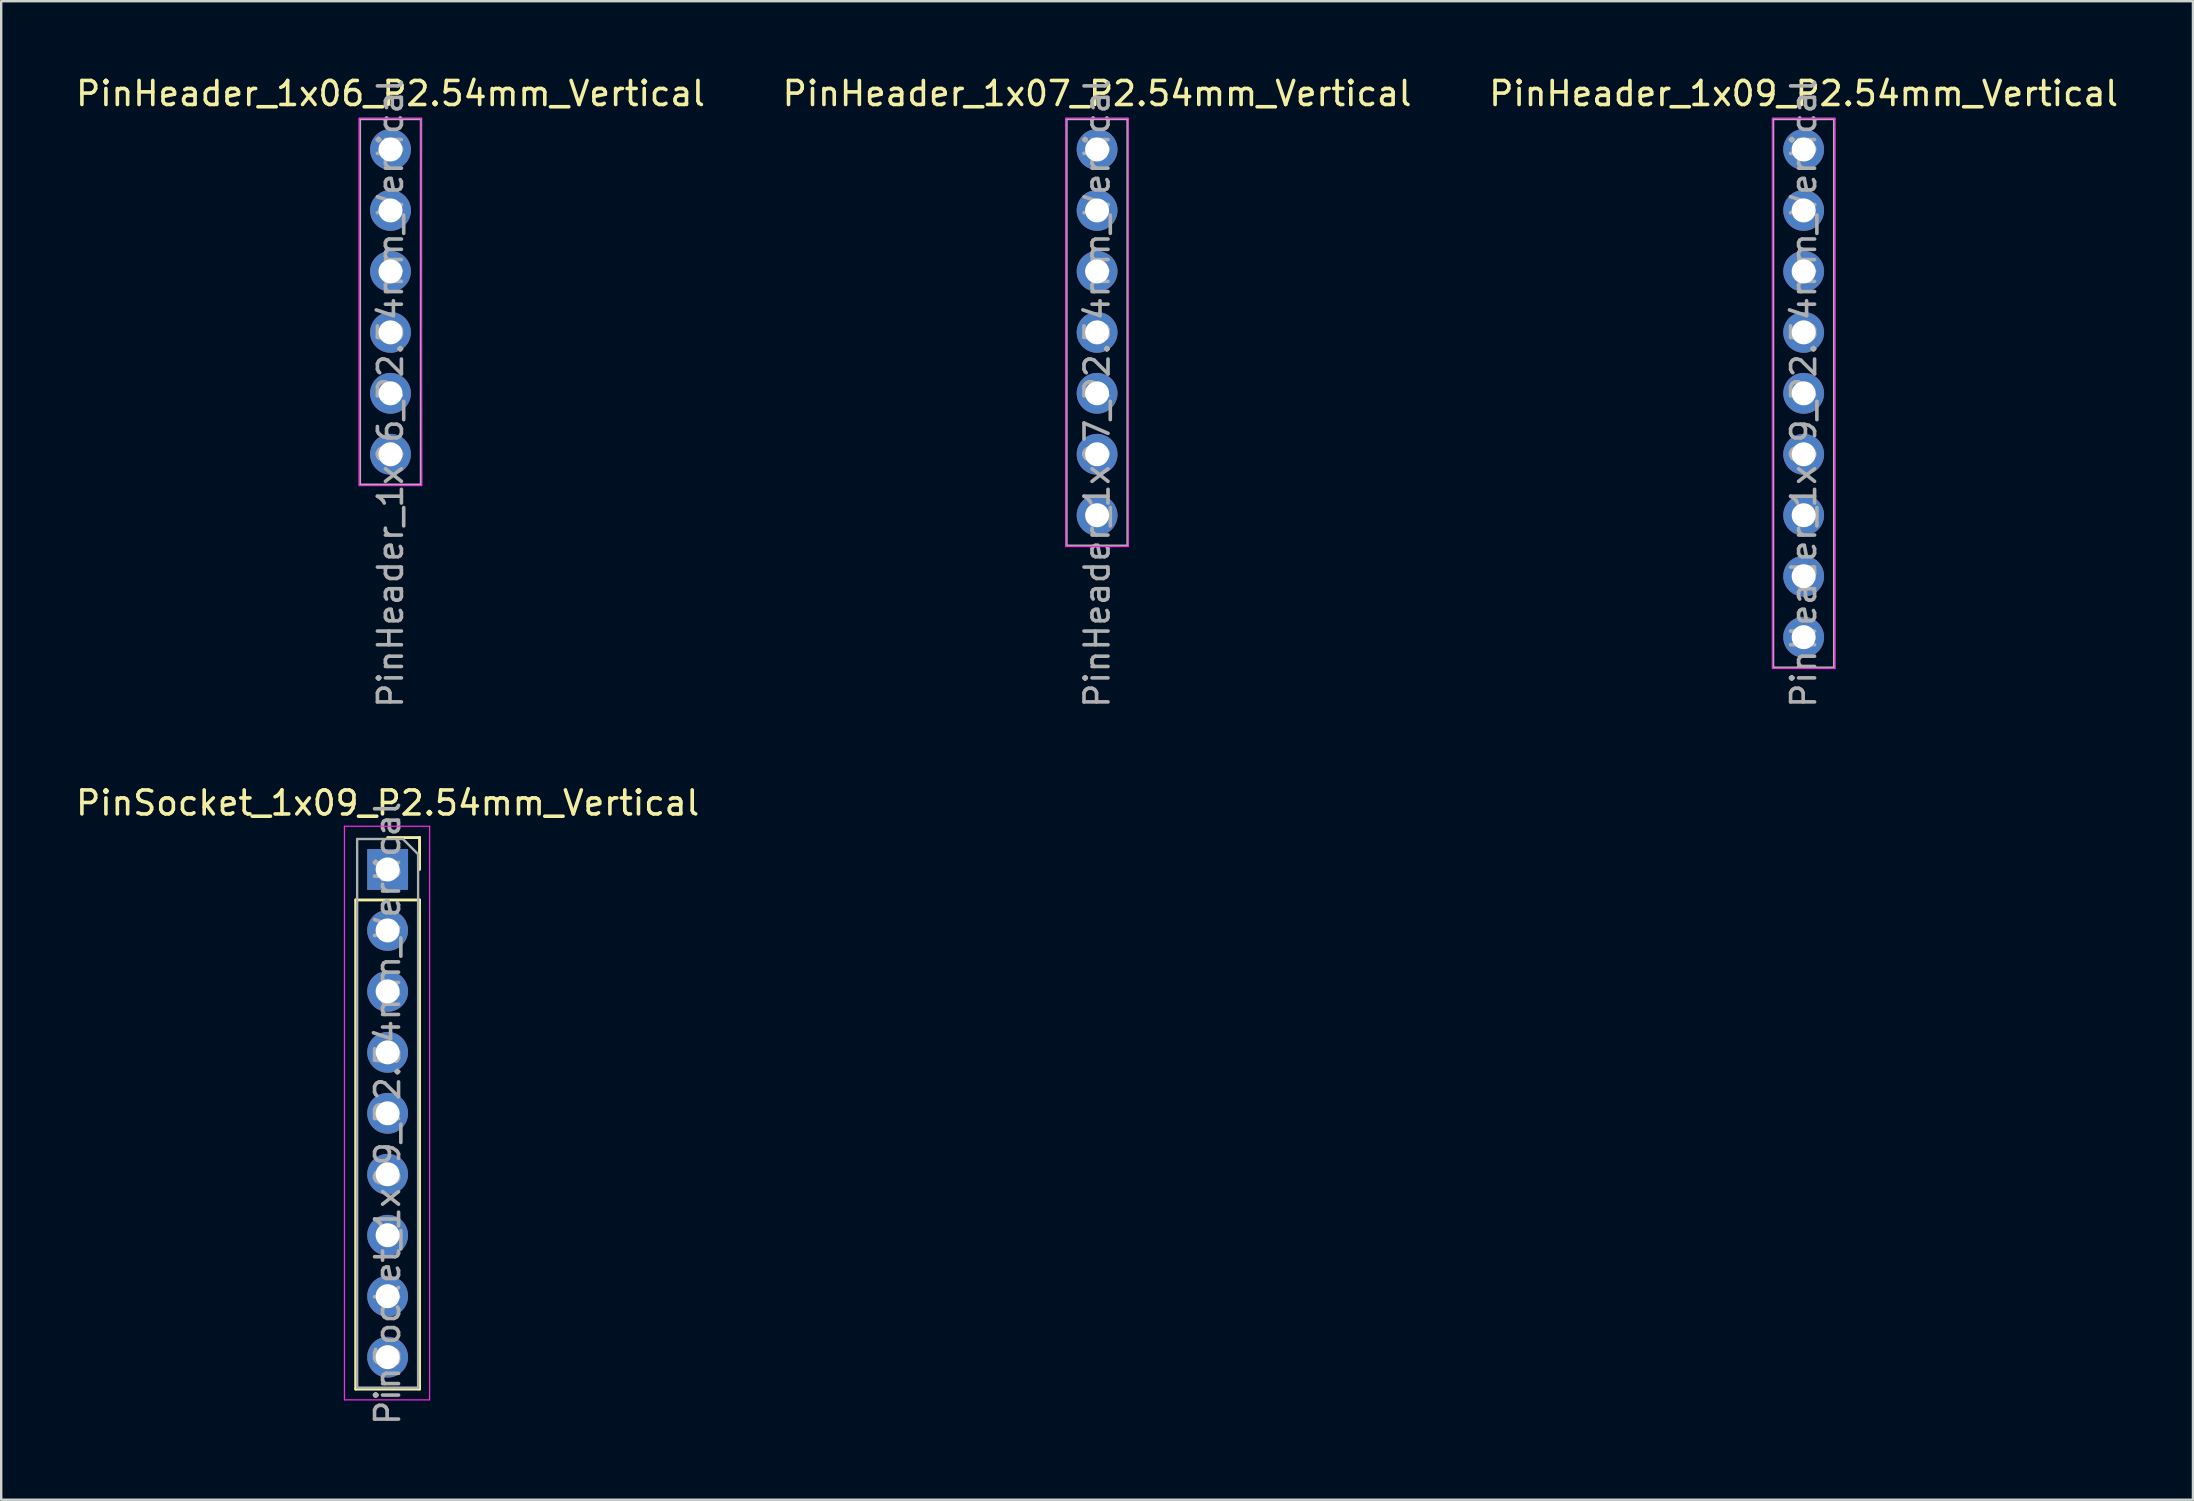
<source format=kicad_pcb>
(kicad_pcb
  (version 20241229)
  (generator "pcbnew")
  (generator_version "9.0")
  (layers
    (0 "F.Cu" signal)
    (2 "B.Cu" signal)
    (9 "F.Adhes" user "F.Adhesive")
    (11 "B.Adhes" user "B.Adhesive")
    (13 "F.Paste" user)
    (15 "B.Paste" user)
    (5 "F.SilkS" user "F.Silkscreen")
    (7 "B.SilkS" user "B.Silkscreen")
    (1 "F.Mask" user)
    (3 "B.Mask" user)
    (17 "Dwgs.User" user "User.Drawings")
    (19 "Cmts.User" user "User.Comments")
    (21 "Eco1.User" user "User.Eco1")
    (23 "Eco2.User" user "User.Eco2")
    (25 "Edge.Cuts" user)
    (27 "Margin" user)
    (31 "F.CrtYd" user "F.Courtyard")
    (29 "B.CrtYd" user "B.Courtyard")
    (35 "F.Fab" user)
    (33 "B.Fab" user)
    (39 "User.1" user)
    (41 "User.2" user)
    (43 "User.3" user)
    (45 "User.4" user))
  (footprint "PinSocket_1x09_P2.54mm_Vertical"
    (layer "F.Cu")
    (at 13.101 33.177)
    (property "Reference" "PinSocket_1x09_P2.54mm_Vertical" (at 0 -2.77 0) (layer "F.SilkS") (effects (font (size 1 1) (thickness 0.15))))
    (attr through_hole)
    (fp_line (start -1.33 1.27) (end -1.33 21.65) (stroke (width 0.12) (type solid)) (layer "F.SilkS"))
    (fp_line (start -1.33 1.27) (end 1.33 1.27) (stroke (width 0.12) (type solid)) (layer "F.SilkS"))
    (fp_line (start -1.33 21.65) (end 1.33 21.65) (stroke (width 0.12) (type solid)) (layer "F.SilkS"))
    (fp_line (start 0 -1.33) (end 1.33 -1.33) (stroke (width 0.12) (type solid)) (layer "F.SilkS"))
    (fp_line (start 1.33 -1.33) (end 1.33 0) (stroke (width 0.12) (type solid)) (layer "F.SilkS"))
    (fp_line (start 1.33 1.27) (end 1.33 21.65) (stroke (width 0.12) (type solid)) (layer "F.SilkS"))
    (fp_line (start -1.8 -1.8) (end 1.75 -1.8) (stroke (width 0.05) (type solid)) (layer "F.CrtYd"))
    (fp_line (start -1.8 22.1) (end -1.8 -1.8) (stroke (width 0.05) (type solid)) (layer "F.CrtYd"))
    (fp_line (start 1.75 -1.8) (end 1.75 22.1) (stroke (width 0.05) (type solid)) (layer "F.CrtYd"))
    (fp_line (start 1.75 22.1) (end -1.8 22.1) (stroke (width 0.05) (type solid)) (layer "F.CrtYd"))
    (fp_line (start -1.27 -1.27) (end 0.635 -1.27) (stroke (width 0.1) (type solid)) (layer "F.Fab"))
    (fp_line (start -1.27 21.59) (end -1.27 -1.27) (stroke (width 0.1) (type solid)) (layer "F.Fab"))
    (fp_line (start 0.635 -1.27) (end 1.27 -0.635) (stroke (width 0.1) (type solid)) (layer "F.Fab"))
    (fp_line (start 1.27 -0.635) (end 1.27 21.59) (stroke (width 0.1) (type solid)) (layer "F.Fab"))
    (fp_line (start 1.27 21.59) (end -1.27 21.59) (stroke (width 0.1) (type solid)) (layer "F.Fab"))
    (fp_text user "${REFERENCE}" (at 0 10.16 90) (layer "F.Fab") (effects (font (size 1 1) (thickness 0.15))))
    (pad "1" thru_hole rect (at 0 0) (size 1.7 1.7) (drill 1) (layers "*.Cu" "*.Mask"))
    (pad "2" thru_hole oval (at 0 2.54) (size 1.7 1.7) (drill 1) (layers "*.Cu" "*.Mask"))
    (pad "3" thru_hole oval (at 0 5.08) (size 1.7 1.7) (drill 1) (layers "*.Cu" "*.Mask"))
    (pad "4" thru_hole oval (at 0 7.62) (size 1.7 1.7) (drill 1) (layers "*.Cu" "*.Mask"))
    (pad "5" thru_hole oval (at 0 10.16) (size 1.7 1.7) (drill 1) (layers "*.Cu" "*.Mask"))
    (pad "6" thru_hole oval (at 0 12.7) (size 1.7 1.7) (drill 1) (layers "*.Cu" "*.Mask"))
    (pad "7" thru_hole oval (at 0 15.24) (size 1.7 1.7) (drill 1) (layers "*.Cu" "*.Mask"))
    (pad "8" thru_hole oval (at 0 17.78) (size 1.7 1.7) (drill 1) (layers "*.Cu" "*.Mask"))
    (pad "9" thru_hole oval (at 0 20.32) (size 1.7 1.7) (drill 1) (layers "*.Cu" "*.Mask")))
  (footprint "PinHeader_1x06_P2.54mm_Vertical"
    (layer "F.Cu")
    (at 13.22 9.528)
    (property "Reference" "PinHeader_1x06_P2.54mm_Vertical" (at 0 -8.68 0) (layer "F.SilkS") (effects (font (size 1 1) (thickness 0.15))))
    (attr through_hole)
    (fp_line (start -1.3 -7.65) (end -1.3 7.655) (stroke (width 0.05) (type solid)) (layer "F.CrtYd"))
    (fp_line (start -1.3 7.655) (end 1.3 7.655) (stroke (width 0.05) (type solid)) (layer "F.CrtYd"))
    (fp_line (start 1.3 -7.65) (end -1.3 -7.65) (stroke (width 0.05) (type solid)) (layer "F.CrtYd"))
    (fp_line (start 1.3 7.655) (end 1.27 -7.62) (stroke (width 0.05) (type solid)) (layer "F.CrtYd"))
    (fp_line (start -1.275 -7.62) (end 1.27 -7.62) (stroke (width 0.1) (type solid)) (layer "F.Fab"))
    (fp_line (start -1.275 7.62) (end -1.275 -7.62) (stroke (width 0.1) (type solid)) (layer "F.Fab"))
    (fp_line (start 1.27 -7.62) (end 1.27 7.62) (stroke (width 0.1) (type solid)) (layer "F.Fab"))
    (fp_line (start 1.27 7.62) (end -1.27 7.62) (stroke (width 0.1) (type solid)) (layer "F.Fab"))
    (fp_text user "${REFERENCE}" (at 0 3.81 90) (layer "F.Fab") (effects (font (size 1 1) (thickness 0.15))))
    (pad "1" thru_hole oval (at 0 -6.35) (size 1.7 1.7) (drill 1) (layers "*.Cu" "*.Mask"))
    (pad "2" thru_hole oval (at 0 -3.81) (size 1.7 1.7) (drill 1) (layers "*.Cu" "*.Mask"))
    (pad "3" thru_hole oval (at 0 -1.27) (size 1.7 1.7) (drill 1) (layers "*.Cu" "*.Mask"))
    (pad "4" thru_hole oval (at 0 1.27) (size 1.7 1.7) (drill 1) (layers "*.Cu" "*.Mask"))
    (pad "5" thru_hole oval (at 0 3.81) (size 1.7 1.7) (drill 1) (layers "*.Cu" "*.Mask"))
    (pad "6" thru_hole oval (at 0 6.35) (size 1.7 1.7) (drill 1) (layers "*.Cu" "*.Mask")))
  (footprint "PinHeader_1x07_P2.54mm_Vertical"
    (layer "F.Cu")
    (at 42.661 3.178)
    (property "Reference" "PinHeader_1x07_P2.54mm_Vertical" (at 0 -2.33 0) (layer "F.SilkS") (effects (font (size 1 1) (thickness 0.15))))
    (attr through_hole)
    (fp_line (start -1.3 -1.3) (end -1.3 16.545) (stroke (width 0.05) (type solid)) (layer "F.CrtYd"))
    (fp_line (start -1.3 16.545) (end 1.3 16.545) (stroke (width 0.05) (type solid)) (layer "F.CrtYd"))
    (fp_line (start 1.3 -1.3) (end -1.3 -1.3) (stroke (width 0.05) (type solid)) (layer "F.CrtYd"))
    (fp_line (start 1.3 16.545) (end 1.3 -1.3) (stroke (width 0.05) (type solid)) (layer "F.CrtYd"))
    (fp_line (start -1.275 -1.27) (end 1.27 -1.27) (stroke (width 0.1) (type solid)) (layer "F.Fab"))
    (fp_line (start -1.275 16.51) (end -1.275 -1.27) (stroke (width 0.1) (type solid)) (layer "F.Fab"))
    (fp_line (start 1.27 -1.27) (end 1.27 16.51) (stroke (width 0.1) (type solid)) (layer "F.Fab"))
    (fp_line (start 1.27 16.51) (end -1.27 16.51) (stroke (width 0.1) (type solid)) (layer "F.Fab"))
    (fp_text user "${REFERENCE}" (at 0 10.16 90) (layer "F.Fab") (effects (font (size 1 1) (thickness 0.15))))
    (pad "1" thru_hole oval (at 0 0) (size 1.7 1.7) (drill 1) (layers "*.Cu" "*.Mask"))
    (pad "2" thru_hole oval (at 0 2.54) (size 1.7 1.7) (drill 1) (layers "*.Cu" "*.Mask"))
    (pad "3" thru_hole oval (at 0 5.08) (size 1.7 1.7) (drill 1) (layers "*.Cu" "*.Mask"))
    (pad "4" thru_hole oval (at 0 7.62) (size 1.7 1.7) (drill 1) (layers "*.Cu" "*.Mask"))
    (pad "5" thru_hole oval (at 0 10.16) (size 1.7 1.7) (drill 1) (layers "*.Cu" "*.Mask"))
    (pad "6" thru_hole oval (at 0 12.7) (size 1.7 1.7) (drill 1) (layers "*.Cu" "*.Mask"))
    (pad "7" thru_hole oval (at 0 15.24) (size 1.7 1.7) (drill 1) (layers "*.Cu" "*.Mask")))
  (footprint "PinHeader_1x09_P2.54mm_Vertical"
    (layer "F.Cu")
    (at 72.101 3.178)
    (property "Reference" "PinHeader_1x09_P2.54mm_Vertical" (at 0 -2.33 0) (layer "F.SilkS") (effects (font (size 1 1) (thickness 0.15))))
    (attr through_hole)
    (fp_line (start -1.3 -1.3) (end -1.3 21.625) (stroke (width 0.05) (type solid)) (layer "F.CrtYd"))
    (fp_line (start -1.3 21.625) (end 1.3 21.625) (stroke (width 0.05) (type solid)) (layer "F.CrtYd"))
    (fp_line (start 1.3 -1.3) (end -1.3 -1.3) (stroke (width 0.05) (type solid)) (layer "F.CrtYd"))
    (fp_line (start 1.3 21.625) (end 1.3 -1.3) (stroke (width 0.05) (type solid)) (layer "F.CrtYd"))
    (fp_line (start -1.275 -1.27) (end 1.27 -1.27) (stroke (width 0.1) (type solid)) (layer "F.Fab"))
    (fp_line (start -1.275 21.59) (end -1.275 -1.27) (stroke (width 0.1) (type solid)) (layer "F.Fab"))
    (fp_line (start 1.27 -1.27) (end 1.27 21.59) (stroke (width 0.1) (type solid)) (layer "F.Fab"))
    (fp_line (start 1.27 21.59) (end -1.27 21.59) (stroke (width 0.1) (type solid)) (layer "F.Fab"))
    (fp_text user "${REFERENCE}" (at 0 10.16 90) (layer "F.Fab") (effects (font (size 1 1) (thickness 0.15))))
    (pad "1" thru_hole oval (at 0 0) (size 1.7 1.7) (drill 1) (layers "*.Cu" "*.Mask"))
    (pad "2" thru_hole oval (at 0 2.54) (size 1.7 1.7) (drill 1) (layers "*.Cu" "*.Mask"))
    (pad "3" thru_hole oval (at 0 5.08) (size 1.7 1.7) (drill 1) (layers "*.Cu" "*.Mask"))
    (pad "4" thru_hole oval (at 0 7.62) (size 1.7 1.7) (drill 1) (layers "*.Cu" "*.Mask"))
    (pad "5" thru_hole oval (at 0 10.16) (size 1.7 1.7) (drill 1) (layers "*.Cu" "*.Mask"))
    (pad "6" thru_hole oval (at 0 12.7) (size 1.7 1.7) (drill 1) (layers "*.Cu" "*.Mask"))
    (pad "7" thru_hole oval (at 0 15.24) (size 1.7 1.7) (drill 1) (layers "*.Cu" "*.Mask"))
    (pad "8" thru_hole oval (at 0 17.78) (size 1.7 1.7) (drill 1) (layers "*.Cu" "*.Mask"))
    (pad "9" thru_hole oval (at 0 20.32) (size 1.7 1.7) (drill 1) (layers "*.Cu" "*.Mask")))
  (gr_rect
    (start -3 -3)
    (end 88.321 59.438)
    (stroke (width 0.1) (type default))
    (fill no)
    (layer "Edge.Cuts")))
</source>
